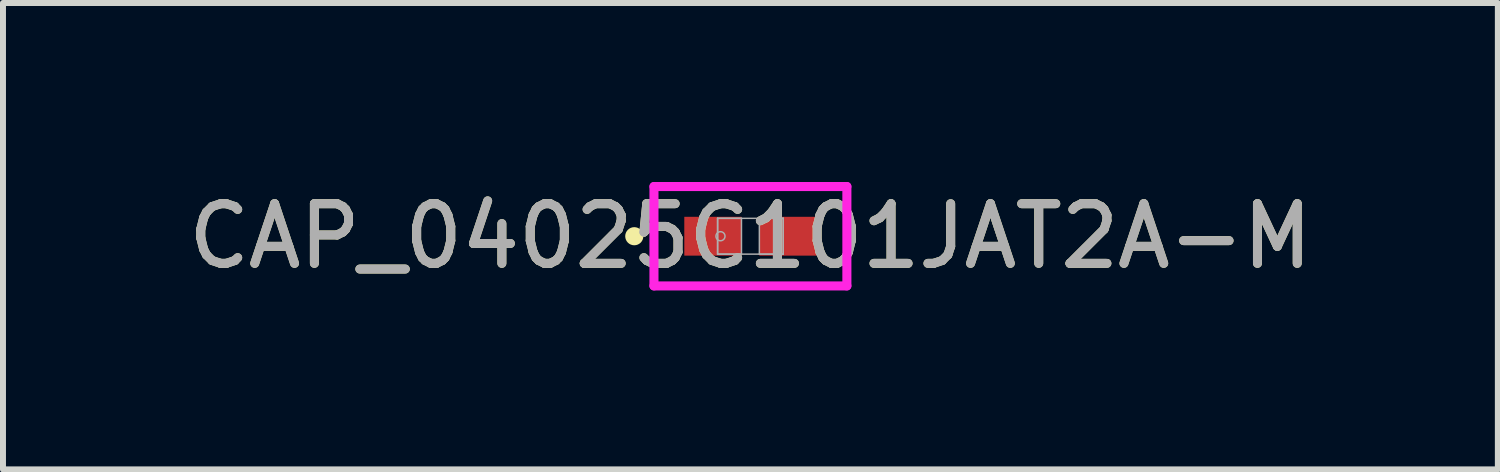
<source format=kicad_pcb>
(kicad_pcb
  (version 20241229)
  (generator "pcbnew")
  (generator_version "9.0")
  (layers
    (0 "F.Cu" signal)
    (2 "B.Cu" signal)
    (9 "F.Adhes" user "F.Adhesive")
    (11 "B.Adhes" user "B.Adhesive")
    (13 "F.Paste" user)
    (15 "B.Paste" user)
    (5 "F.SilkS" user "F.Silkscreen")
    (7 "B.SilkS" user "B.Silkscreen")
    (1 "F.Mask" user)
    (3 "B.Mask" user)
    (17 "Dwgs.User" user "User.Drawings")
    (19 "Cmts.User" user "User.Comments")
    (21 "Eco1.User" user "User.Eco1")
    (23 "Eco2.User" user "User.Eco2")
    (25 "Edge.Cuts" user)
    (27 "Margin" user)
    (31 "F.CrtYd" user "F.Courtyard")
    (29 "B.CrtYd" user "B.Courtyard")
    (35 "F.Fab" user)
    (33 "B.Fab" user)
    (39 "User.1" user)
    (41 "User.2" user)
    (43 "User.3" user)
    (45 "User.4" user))
  (footprint "CAP_04025C101JAT2A-M"
    (layer "F.Cu")
    (at 9.53 0.91)
    (property "Reference" "CAP_04025C101JAT2A-M" (at 0 0 0) (unlocked yes) (layer "F.SilkS") (effects (font (size 1 1) (thickness 0.15))))
    (attr smd)
    (fp_circle (center -1.947 0) (end -1.871 0) (stroke (width 0.152) (type solid)) (fill no) (layer "F.SilkS"))
    (fp_line (start -1.617 -0.833) (end 1.617 -0.833) (stroke (width 0.152) (type solid)) (layer "F.CrtYd"))
    (fp_line (start -1.617 0.833) (end -1.617 -0.833) (stroke (width 0.152) (type solid)) (layer "F.CrtYd"))
    (fp_line (start 1.617 -0.833) (end 1.617 0.833) (stroke (width 0.152) (type solid)) (layer "F.CrtYd"))
    (fp_line (start 1.617 0.833) (end -1.617 0.833) (stroke (width 0.152) (type solid)) (layer "F.CrtYd"))
    (fp_line (start -0.55 -0.3) (end -0.55 0.3) (stroke (width 0.025) (type solid)) (layer "F.Fab"))
    (fp_line (start -0.55 -0.3) (end -0.55 0.3) (stroke (width 0.025) (type solid)) (layer "F.Fab"))
    (fp_line (start -0.55 0.3) (end -0.15 0.3) (stroke (width 0.025) (type solid)) (layer "F.Fab"))
    (fp_line (start -0.55 0.3) (end 0.55 0.3) (stroke (width 0.025) (type solid)) (layer "F.Fab"))
    (fp_line (start -0.15 -0.3) (end -0.55 -0.3) (stroke (width 0.025) (type solid)) (layer "F.Fab"))
    (fp_line (start -0.15 0.3) (end -0.15 -0.3) (stroke (width 0.025) (type solid)) (layer "F.Fab"))
    (fp_line (start 0.15 -0.3) (end 0.15 0.3) (stroke (width 0.025) (type solid)) (layer "F.Fab"))
    (fp_line (start 0.15 0.3) (end 0.55 0.3) (stroke (width 0.025) (type solid)) (layer "F.Fab"))
    (fp_line (start 0.55 -0.3) (end -0.55 -0.3) (stroke (width 0.025) (type solid)) (layer "F.Fab"))
    (fp_line (start 0.55 -0.3) (end 0.15 -0.3) (stroke (width 0.025) (type solid)) (layer "F.Fab"))
    (fp_line (start 0.55 0.3) (end 0.55 -0.3) (stroke (width 0.025) (type solid)) (layer "F.Fab"))
    (fp_line (start 0.55 0.3) (end 0.55 -0.3) (stroke (width 0.025) (type solid)) (layer "F.Fab"))
    (fp_circle (center -0.502 0) (end -0.426 0) (stroke (width 0.025) (type solid)) (fill no) (layer "F.Fab"))
    (fp_text user "${REFERENCE}" (at 0 0 0) (unlocked yes) (layer "F.Fab") (effects (font (size 1 1) (thickness 0.15))))
    (pad "1" smd rect (at -0.629 0) (size 0.959 0.651) (layers "F.Cu" "F.Mask" "F.Paste"))
    (pad "2" smd rect (at 0.629 0) (size 0.959 0.651) (layers "F.Cu" "F.Mask" "F.Paste"))
    (zone (net_name "") (layer "F.Cu") (hatch full 0.508) (connect_pads) (min_thickness 0.254) (filled_areas_thickness no) (keepout (tracks not_allowed) (vias not_allowed) (pads allowed) (copperpour not_allowed) (footprints allowed)) (placement (enabled no)) (fill) (polygon (pts (xy 9.431 0.66) (xy 9.629 0.66) (xy 9.629 1.159) (xy 9.431 1.159)))))
  (gr_rect
    (start -3 -3)
    (end 22.06 4.819)
    (stroke (width 0.1) (type default))
    (fill no)
    (layer "Edge.Cuts")))
</source>
